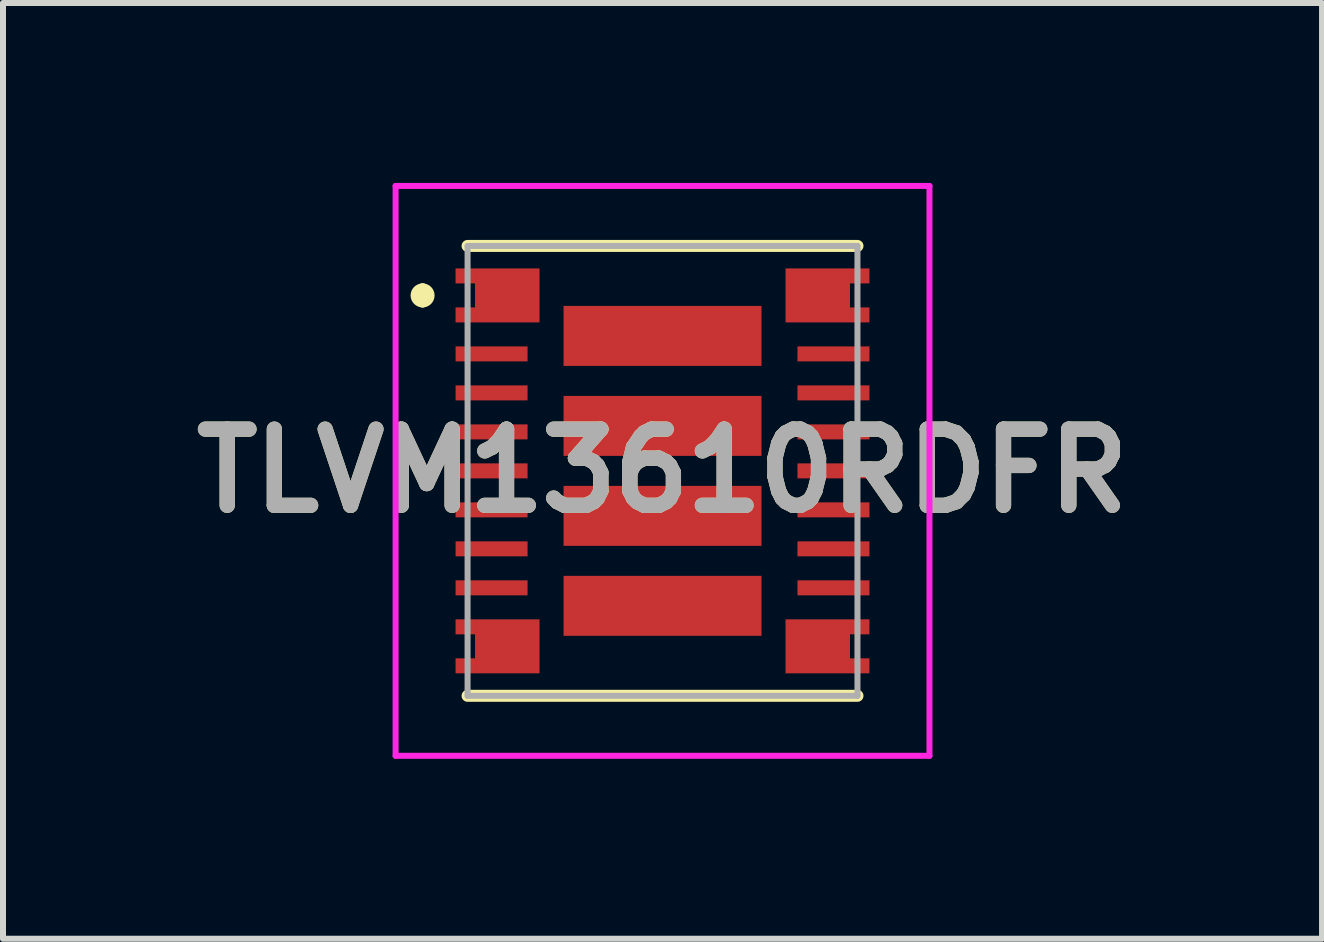
<source format=kicad_pcb>
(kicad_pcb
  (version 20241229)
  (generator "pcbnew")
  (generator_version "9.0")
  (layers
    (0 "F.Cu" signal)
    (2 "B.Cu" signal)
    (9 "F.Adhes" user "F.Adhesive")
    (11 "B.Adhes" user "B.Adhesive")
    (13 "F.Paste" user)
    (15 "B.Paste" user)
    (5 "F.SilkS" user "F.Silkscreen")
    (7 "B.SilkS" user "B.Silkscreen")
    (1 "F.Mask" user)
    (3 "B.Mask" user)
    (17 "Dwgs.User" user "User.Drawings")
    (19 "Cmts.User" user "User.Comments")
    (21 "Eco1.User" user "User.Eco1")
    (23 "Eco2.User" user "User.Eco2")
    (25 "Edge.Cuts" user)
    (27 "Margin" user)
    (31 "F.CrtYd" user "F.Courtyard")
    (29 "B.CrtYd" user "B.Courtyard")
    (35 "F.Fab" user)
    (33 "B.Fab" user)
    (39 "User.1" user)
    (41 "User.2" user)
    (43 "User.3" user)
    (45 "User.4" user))
  (footprint "TLVM13610RDFR"
    (layer "F.Cu")
    (at 7.995 4.8)
    (property "Reference" "TLVM13610RDFR" (at 0 0 0) (layer "F.SilkS") (effects (font (size 1.27 1.27) (thickness 0.254))))
    (attr smd)
    (fp_line (start -4 -3.025) (end -4 -3.025) (stroke (width 0.2) (type solid)) (layer "F.SilkS"))
    (fp_line (start -4 -2.825) (end -4 -2.825) (stroke (width 0.2) (type solid)) (layer "F.SilkS"))
    (fp_line (start -3.25 -3.75) (end 3.25 -3.75) (stroke (width 0.2) (type solid)) (layer "F.SilkS"))
    (fp_line (start -3.25 3.75) (end 3.25 3.75) (stroke (width 0.2) (type solid)) (layer "F.SilkS"))
    (fp_arc (start -4 -3.025) (mid -3.9 -2.925) (end -4 -2.825) (stroke (width 0.2) (type solid)) (layer "F.SilkS"))
    (fp_arc (start -4 -2.825) (mid -4.1 -2.925) (end -4 -3.025) (stroke (width 0.2) (type solid)) (layer "F.SilkS"))
    (fp_line (start -4.45 -4.75) (end 4.45 -4.75) (stroke (width 0.1) (type solid)) (layer "F.CrtYd"))
    (fp_line (start -4.45 4.75) (end -4.45 -4.75) (stroke (width 0.1) (type solid)) (layer "F.CrtYd"))
    (fp_line (start 4.45 -4.75) (end 4.45 4.75) (stroke (width 0.1) (type solid)) (layer "F.CrtYd"))
    (fp_line (start 4.45 4.75) (end -4.45 4.75) (stroke (width 0.1) (type solid)) (layer "F.CrtYd"))
    (fp_line (start -3.25 -3.75) (end 3.25 -3.75) (stroke (width 0.1) (type solid)) (layer "F.Fab"))
    (fp_line (start -3.25 3.75) (end -3.25 -3.75) (stroke (width 0.1) (type solid)) (layer "F.Fab"))
    (fp_line (start 3.25 -3.75) (end 3.25 3.75) (stroke (width 0.1) (type solid)) (layer "F.Fab"))
    (fp_line (start 3.25 3.75) (end -3.25 3.75) (stroke (width 0.1) (type solid)) (layer "F.Fab"))
    (fp_text user "${REFERENCE}" (at 0 0 0) (layer "F.Fab") (effects (font (size 1.27 1.27) (thickness 0.254))))
    (pad "1" smd rect (at -2.588 -2.925 90) (size 0.9 1.075) (layers "F.Cu" "F.Mask" "F.Paste"))
    (pad "2" smd rect (at -2.85 -1.95 90) (size 0.25 1.2) (layers "F.Cu" "F.Mask" "F.Paste"))
    (pad "3" smd rect (at -2.85 -1.3 90) (size 0.25 1.2) (layers "F.Cu" "F.Mask" "F.Paste"))
    (pad "4" smd rect (at -2.85 -0.65 90) (size 0.25 1.2) (layers "F.Cu" "F.Mask" "F.Paste"))
    (pad "5" smd rect (at -2.85 0 90) (size 0.25 1.2) (layers "F.Cu" "F.Mask" "F.Paste"))
    (pad "6" smd rect (at -2.85 0.65 90) (size 0.25 1.2) (layers "F.Cu" "F.Mask" "F.Paste"))
    (pad "7" smd rect (at -2.85 1.3 90) (size 0.25 1.2) (layers "F.Cu" "F.Mask" "F.Paste"))
    (pad "8" smd rect (at -2.85 1.95 90) (size 0.25 1.2) (layers "F.Cu" "F.Mask" "F.Paste"))
    (pad "9" smd rect (at -2.588 2.925 90) (size 0.9 1.075) (layers "F.Cu" "F.Mask" "F.Paste"))
    (pad "10" smd rect (at 2.588 2.925 90) (size 0.9 1.075) (layers "F.Cu" "F.Mask" "F.Paste"))
    (pad "11" smd rect (at 2.85 1.95 90) (size 0.25 1.2) (layers "F.Cu" "F.Mask" "F.Paste"))
    (pad "12" smd rect (at 2.85 1.3 90) (size 0.25 1.2) (layers "F.Cu" "F.Mask" "F.Paste"))
    (pad "13" smd rect (at 2.85 0.65 90) (size 0.25 1.2) (layers "F.Cu" "F.Mask" "F.Paste"))
    (pad "14" smd rect (at 2.85 0 90) (size 0.25 1.2) (layers "F.Cu" "F.Mask" "F.Paste"))
    (pad "15" smd rect (at 2.85 -0.65 90) (size 0.25 1.2) (layers "F.Cu" "F.Mask" "F.Paste"))
    (pad "16" smd rect (at 2.85 -1.3 90) (size 0.25 1.2) (layers "F.Cu" "F.Mask" "F.Paste"))
    (pad "17" smd rect (at 2.85 -1.95 90) (size 0.25 1.2) (layers "F.Cu" "F.Mask" "F.Paste"))
    (pad "18" smd rect (at 2.588 -2.925 90) (size 0.9 1.075) (layers "F.Cu" "F.Mask" "F.Paste"))
    (pad "19" smd rect (at 0 -2.25 90) (size 1 3.3) (layers "F.Cu" "F.Mask" "F.Paste"))
    (pad "20" smd rect (at 0 -0.75 90) (size 1 3.3) (layers "F.Cu" "F.Mask" "F.Paste"))
    (pad "21" smd rect (at 0 0.75 90) (size 1 3.3) (layers "F.Cu" "F.Mask" "F.Paste"))
    (pad "22" smd rect (at 0 2.25 90) (size 1 3.3) (layers "F.Cu" "F.Mask" "F.Paste"))
    (pad "23" smd rect (at -3.288 -3.25 90) (size 0.25 0.325) (layers "F.Cu" "F.Mask" "F.Paste"))
    (pad "24" smd rect (at -3.288 -2.6 90) (size 0.25 0.325) (layers "F.Cu" "F.Mask" "F.Paste"))
    (pad "25" smd rect (at -3.288 2.6 90) (size 0.25 0.325) (layers "F.Cu" "F.Mask" "F.Paste"))
    (pad "26" smd rect (at -3.288 3.25 90) (size 0.25 0.325) (layers "F.Cu" "F.Mask" "F.Paste"))
    (pad "27" smd rect (at 3.287 3.25 90) (size 0.25 0.325) (layers "F.Cu" "F.Mask" "F.Paste"))
    (pad "28" smd rect (at 3.287 2.6 90) (size 0.25 0.325) (layers "F.Cu" "F.Mask" "F.Paste"))
    (pad "29" smd rect (at 3.287 -2.6 90) (size 0.25 0.325) (layers "F.Cu" "F.Mask" "F.Paste"))
    (pad "30" smd rect (at 3.287 -3.25 90) (size 0.25 0.325) (layers "F.Cu" "F.Mask" "F.Paste")))
  (gr_rect
    (start -3 -3)
    (end 18.99 12.6)
    (stroke (width 0.1) (type default))
    (fill no)
    (layer "Edge.Cuts")))
</source>
